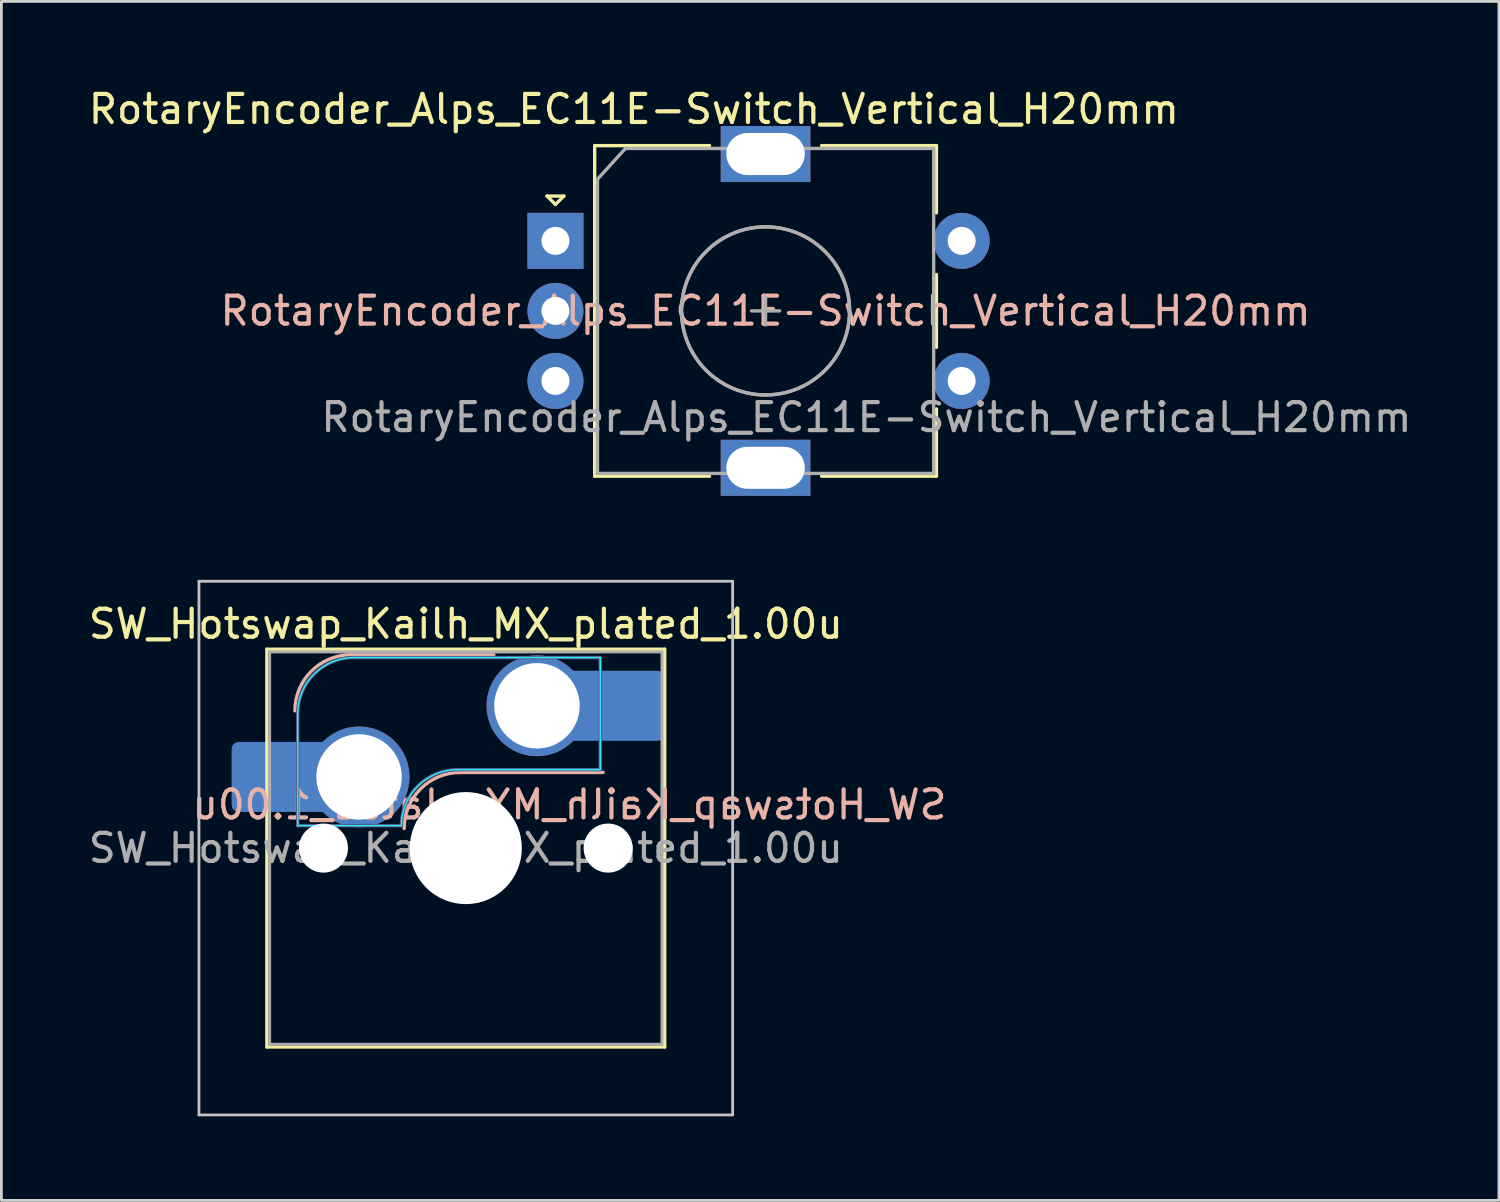
<source format=kicad_pcb>
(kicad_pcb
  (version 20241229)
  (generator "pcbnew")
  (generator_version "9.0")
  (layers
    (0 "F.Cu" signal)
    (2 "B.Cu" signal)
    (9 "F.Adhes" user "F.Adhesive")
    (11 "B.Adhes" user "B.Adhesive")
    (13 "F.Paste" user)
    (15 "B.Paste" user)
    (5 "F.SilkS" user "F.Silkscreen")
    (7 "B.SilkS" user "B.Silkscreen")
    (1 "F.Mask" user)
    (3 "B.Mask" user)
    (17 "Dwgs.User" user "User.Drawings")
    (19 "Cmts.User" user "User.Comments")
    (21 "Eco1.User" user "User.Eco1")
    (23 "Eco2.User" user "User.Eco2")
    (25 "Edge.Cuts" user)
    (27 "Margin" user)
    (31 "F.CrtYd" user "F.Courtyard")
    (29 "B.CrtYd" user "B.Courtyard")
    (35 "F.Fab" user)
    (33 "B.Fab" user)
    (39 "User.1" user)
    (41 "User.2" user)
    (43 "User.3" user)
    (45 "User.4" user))
  (footprint "RotaryEncoder_Alps_EC11E-Switch_Vertical_H20mm"
    (layer "F.Cu")
    (at 16.777 5.548)
    (property "Reference" "RotaryEncoder_Alps_EC11E-Switch_Vertical_H20mm" (at 2.8 -4.7 0) (layer "F.SilkS") (effects (font (size 1 1) (thickness 0.15))))
    (attr through_hole)
    (fp_line (start -0.3 -1.6) (end 0.3 -1.6) (stroke (width 0.12) (type solid)) (layer "F.SilkS"))
    (fp_line (start 0 -1.3) (end -0.3 -1.6) (stroke (width 0.12) (type solid)) (layer "F.SilkS"))
    (fp_line (start 0.3 -1.6) (end 0 -1.3) (stroke (width 0.12) (type solid)) (layer "F.SilkS"))
    (fp_line (start 1.4 -3.4) (end 1.4 8.4) (stroke (width 0.12) (type solid)) (layer "F.SilkS"))
    (fp_line (start 5.5 -3.4) (end 1.4 -3.4) (stroke (width 0.12) (type solid)) (layer "F.SilkS"))
    (fp_line (start 5.5 8.4) (end 1.4 8.4) (stroke (width 0.12) (type solid)) (layer "F.SilkS"))
    (fp_line (start 9.5 -3.4) (end 13.6 -3.4) (stroke (width 0.12) (type solid)) (layer "F.SilkS"))
    (fp_line (start 13.6 -3.4) (end 13.6 -1) (stroke (width 0.12) (type solid)) (layer "F.SilkS"))
    (fp_line (start 13.6 1.2) (end 13.6 3.8) (stroke (width 0.12) (type solid)) (layer "F.SilkS"))
    (fp_line (start 13.6 6) (end 13.6 8.4) (stroke (width 0.12) (type solid)) (layer "F.SilkS"))
    (fp_line (start 13.6 8.4) (end 9.5 8.4) (stroke (width 0.12) (type solid)) (layer "F.SilkS"))
    (fp_line (start 1.5 -2.2) (end 2.5 -3.3) (stroke (width 0.12) (type solid)) (layer "F.Fab"))
    (fp_line (start 1.5 8.3) (end 1.5 -2.2) (stroke (width 0.12) (type solid)) (layer "F.Fab"))
    (fp_line (start 2.5 -3.3) (end 13.5 -3.3) (stroke (width 0.12) (type solid)) (layer "F.Fab"))
    (fp_line (start 7 2.5) (end 8 2.5) (stroke (width 0.12) (type solid)) (layer "F.Fab"))
    (fp_line (start 7.5 2) (end 7.5 3) (stroke (width 0.12) (type solid)) (layer "F.Fab"))
    (fp_line (start 13.5 -3.3) (end 13.5 8.3) (stroke (width 0.12) (type solid)) (layer "F.Fab"))
    (fp_line (start 13.5 8.3) (end 1.5 8.3) (stroke (width 0.12) (type solid)) (layer "F.Fab"))
    (fp_circle (center 7.5 2.5) (end 10.5 2.5) (stroke (width 0.12) (type solid)) (fill no) (layer "F.Fab"))
    (fp_circle (center 7.5 2.5) (end 10.5 2.5) (stroke (width 0.12) (type solid)) (fill no) (layer "F.Fab"))
    (fp_text user "${REFERENCE}" (at 7.5 2.5 0) (layer "B.SilkS") (effects (font (size 1 1) (thickness 0.15))))
    (fp_text user "${REFERENCE}" (at 11.1 6.3 0) (layer "F.Fab") (effects (font (size 1 1) (thickness 0.15))))
    (pad "" thru_hole rect (at 7.5 -3.1) (size 3.2 2) (drill oval 2.8 1.5) (layers "*.Cu" "*.Mask"))
    (pad "" thru_hole rect (at 7.5 8.1) (size 3.2 2) (drill oval 2.8 1.5) (layers "*.Cu" "*.Mask"))
    (pad "A" thru_hole rect (at 0 0) (size 2 2) (drill 1) (layers "*.Cu" "*.Mask"))
    (pad "B" thru_hole circle (at 0 5) (size 2 2) (drill 1) (layers "*.Cu" "*.Mask"))
    (pad "C" thru_hole circle (at 0 2.5) (size 2 2) (drill 1) (layers "*.Cu" "*.Mask"))
    (pad "S1" thru_hole circle (at 14.5 5) (size 2 2) (drill 1) (layers "*.Cu" "*.Mask"))
    (pad "S2" thru_hole circle (at 14.5 0) (size 2 2) (drill 1) (layers "*.Cu" "*.Mask")))
  (footprint "SW_Hotswap_Kailh_MX_plated_1.00u"
    (layer "F.Cu")
    (at 13.577 27.223)
    (property "Reference" "SW_Hotswap_Kailh_MX_plated_1.00u" (at 0 -8 0) (layer "F.SilkS") (effects (font (size 1 1) (thickness 0.15))))
    (attr smd)
    (fp_line (start -7.1 -7.1) (end -7.1 7.1) (stroke (width 0.12) (type solid)) (layer "F.SilkS"))
    (fp_line (start -7.1 7.1) (end 7.1 7.1) (stroke (width 0.12) (type solid)) (layer "F.SilkS"))
    (fp_line (start 7.1 -7.1) (end -7.1 -7.1) (stroke (width 0.12) (type solid)) (layer "F.SilkS"))
    (fp_line (start 7.1 7.1) (end 7.1 -7.1) (stroke (width 0.12) (type solid)) (layer "F.SilkS"))
    (fp_line (start -4.1 -6.9) (end 1 -6.9) (stroke (width 0.12) (type solid)) (layer "B.SilkS"))
    (fp_line (start -0.2 -2.7) (end 4.9 -2.7) (stroke (width 0.12) (type solid)) (layer "B.SilkS"))
    (fp_arc (start -6.1 -4.9) (mid -5.514214 -6.314214) (end -4.1 -6.9) (stroke (width 0.12) (type solid)) (layer "B.SilkS"))
    (fp_arc (start -2.2 -0.7) (mid -1.614214 -2.114214) (end -0.2 -2.7) (stroke (width 0.12) (type solid)) (layer "B.SilkS"))
    (fp_line (start -9.525 -9.525) (end -9.525 9.525) (stroke (width 0.1) (type solid)) (layer "Dwgs.User"))
    (fp_line (start -9.525 9.525) (end 9.525 9.525) (stroke (width 0.1) (type solid)) (layer "Dwgs.User"))
    (fp_line (start 9.525 -9.525) (end -9.525 -9.525) (stroke (width 0.1) (type solid)) (layer "Dwgs.User"))
    (fp_line (start 9.525 9.525) (end 9.525 -9.525) (stroke (width 0.1) (type solid)) (layer "Dwgs.User"))
    (fp_line (start -7.8 -6) (end -7 -6) (stroke (width 0.1) (type solid)) (layer "Eco1.User"))
    (fp_line (start -7.8 -2.9) (end -7.8 -6) (stroke (width 0.1) (type solid)) (layer "Eco1.User"))
    (fp_line (start -7.8 2.9) (end -7 2.9) (stroke (width 0.1) (type solid)) (layer "Eco1.User"))
    (fp_line (start -7.8 6) (end -7.8 2.9) (stroke (width 0.1) (type solid)) (layer "Eco1.User"))
    (fp_line (start -7 -7) (end 7 -7) (stroke (width 0.1) (type solid)) (layer "Eco1.User"))
    (fp_line (start -7 -6) (end -7 -7) (stroke (width 0.1) (type solid)) (layer "Eco1.User"))
    (fp_line (start -7 -2.9) (end -7.8 -2.9) (stroke (width 0.1) (type solid)) (layer "Eco1.User"))
    (fp_line (start -7 2.9) (end -7 -2.9) (stroke (width 0.1) (type solid)) (layer "Eco1.User"))
    (fp_line (start -7 6) (end -7.8 6) (stroke (width 0.1) (type solid)) (layer "Eco1.User"))
    (fp_line (start -7 7) (end -7 6) (stroke (width 0.1) (type solid)) (layer "Eco1.User"))
    (fp_line (start 7 -7) (end 7 -6) (stroke (width 0.1) (type solid)) (layer "Eco1.User"))
    (fp_line (start 7 -6) (end 7.8 -6) (stroke (width 0.1) (type solid)) (layer "Eco1.User"))
    (fp_line (start 7 -2.9) (end 7 2.9) (stroke (width 0.1) (type solid)) (layer "Eco1.User"))
    (fp_line (start 7 2.9) (end 7.8 2.9) (stroke (width 0.1) (type solid)) (layer "Eco1.User"))
    (fp_line (start 7 6) (end 7 7) (stroke (width 0.1) (type solid)) (layer "Eco1.User"))
    (fp_line (start 7 7) (end -7 7) (stroke (width 0.1) (type solid)) (layer "Eco1.User"))
    (fp_line (start 7.8 -6) (end 7.8 -2.9) (stroke (width 0.1) (type solid)) (layer "Eco1.User"))
    (fp_line (start 7.8 -2.9) (end 7 -2.9) (stroke (width 0.1) (type solid)) (layer "Eco1.User"))
    (fp_line (start 7.8 2.9) (end 7.8 6) (stroke (width 0.1) (type solid)) (layer "Eco1.User"))
    (fp_line (start 7.8 6) (end 7 6) (stroke (width 0.1) (type solid)) (layer "Eco1.User"))
    (fp_line (start -6 -0.8) (end -6 -4.8) (stroke (width 0.05) (type solid)) (layer "B.CrtYd"))
    (fp_line (start -6 -0.8) (end -2.3 -0.8) (stroke (width 0.05) (type solid)) (layer "B.CrtYd"))
    (fp_line (start -4 -6.8) (end 4.8 -6.8) (stroke (width 0.05) (type solid)) (layer "B.CrtYd"))
    (fp_line (start -0.3 -2.8) (end 4.8 -2.8) (stroke (width 0.05) (type solid)) (layer "B.CrtYd"))
    (fp_line (start 4.8 -6.8) (end 4.8 -2.8) (stroke (width 0.05) (type solid)) (layer "B.CrtYd"))
    (fp_arc (start -6 -4.8) (mid -5.414214 -6.214214) (end -4 -6.8) (stroke (width 0.05) (type solid)) (layer "B.CrtYd"))
    (fp_arc (start -2.3 -0.8) (mid -1.714214 -2.214214) (end -0.3 -2.8) (stroke (width 0.05) (type solid)) (layer "B.CrtYd"))
    (fp_line (start -6 -0.8) (end -6 -4.8) (stroke (width 0.12) (type solid)) (layer "B.Fab"))
    (fp_line (start -6 -0.8) (end -2.3 -0.8) (stroke (width 0.12) (type solid)) (layer "B.Fab"))
    (fp_line (start -4 -6.8) (end 4.8 -6.8) (stroke (width 0.12) (type solid)) (layer "B.Fab"))
    (fp_line (start -0.3 -2.8) (end 4.8 -2.8) (stroke (width 0.12) (type solid)) (layer "B.Fab"))
    (fp_line (start 4.8 -6.8) (end 4.8 -2.8) (stroke (width 0.12) (type solid)) (layer "B.Fab"))
    (fp_arc (start -6 -4.8) (mid -5.414214 -6.214214) (end -4 -6.8) (stroke (width 0.12) (type solid)) (layer "B.Fab"))
    (fp_arc (start -2.3 -0.8) (mid -1.714214 -2.214214) (end -0.3 -2.8) (stroke (width 0.12) (type solid)) (layer "B.Fab"))
    (fp_line (start -7 -7) (end -7 7) (stroke (width 0.1) (type solid)) (layer "F.Fab"))
    (fp_line (start -7 7) (end 7 7) (stroke (width 0.1) (type solid)) (layer "F.Fab"))
    (fp_line (start 7 -7) (end -7 -7) (stroke (width 0.1) (type solid)) (layer "F.Fab"))
    (fp_line (start 7 7) (end 7 -7) (stroke (width 0.1) (type solid)) (layer "F.Fab"))
    (fp_text user "${REFERENCE}" (at 3.7 -1.55 0) (layer "B.SilkS") (effects (font (size 1 1) (thickness 0.15)) (justify mirror)))
    (fp_text user "${REFERENCE}" (at 0 0 0) (layer "F.Fab") (effects (font (size 1 1) (thickness 0.15))))
    (pad "" smd roundrect (at -7.085 -2.54) (size 2.55 2.5) (layers "B.Mask" "B.Paste") (roundrect_rratio 0.1))
    (pad "" np_thru_hole circle (at -5.08 0) (size 1.75 1.75) (drill 1.75) (layers "*.Cu" "*.Mask"))
    (pad "" smd circle (at -3.81 -2.54) (size 3.1 3.1) (layers "F.Mask"))
    (pad "" np_thru_hole circle (at 0 0) (size 4 4) (drill 4) (layers "*.Cu" "*.Mask"))
    (pad "" smd circle (at 2.54 -5.08) (size 3.1 3.1) (layers "F.Mask"))
    (pad "" np_thru_hole circle (at 5.08 0) (size 1.75 1.75) (drill 1.75) (layers "*.Cu" "*.Mask"))
    (pad "" smd roundrect (at 5.842 -5.08) (size 2.55 2.5) (layers "B.Mask" "B.Paste") (roundrect_rratio 0.1))
    (pad "1" smd roundrect (at -6.585 -2.54) (size 3.55 2.5) (layers "B.Cu") (roundrect_rratio 0.1))
    (pad "1" thru_hole circle (at -3.81 -2.54) (size 3.6 3.6) (drill 3.05) (layers "*.Cu" "B.Mask"))
    (pad "2" thru_hole circle (at 2.54 -5.08) (size 3.6 3.6) (drill 3.05) (layers "*.Cu" "B.Mask"))
    (pad "2" smd roundrect (at 5.32 -5.08) (size 3.55 2.5) (layers "B.Cu") (roundrect_rratio 0.1)))
  (gr_rect
    (start -3 -3)
    (end 50.455 39.798)
    (stroke (width 0.1) (type default))
    (fill no)
    (layer "Edge.Cuts")))
</source>
